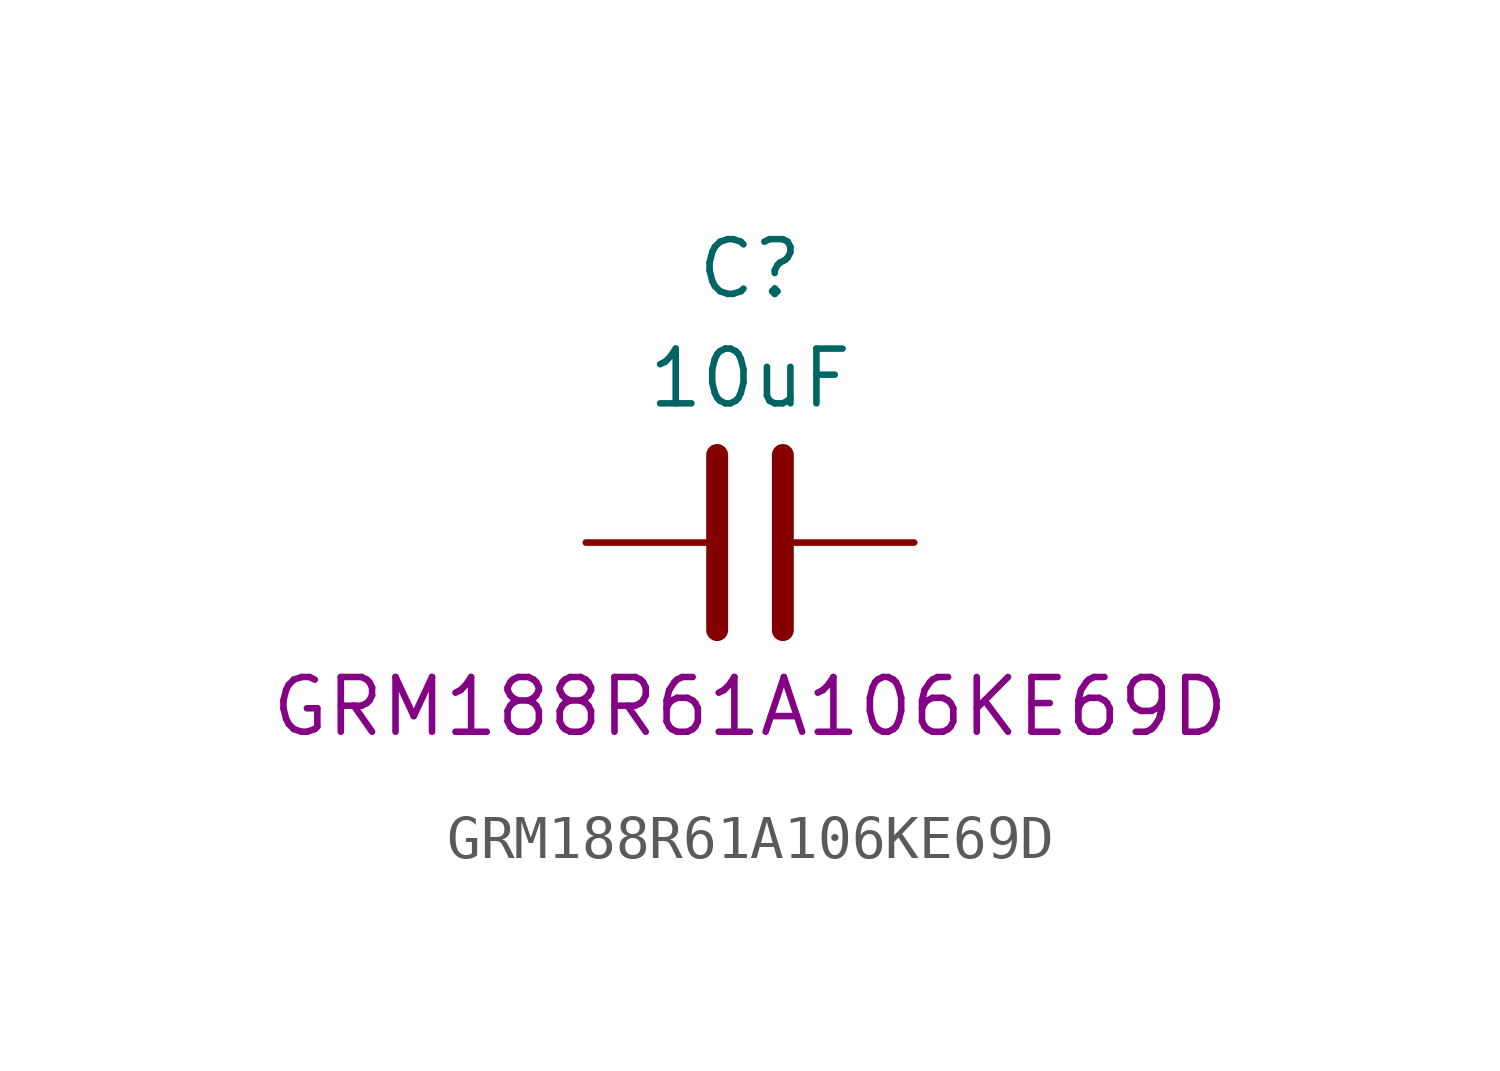
<source format=kicad_sym>
(kicad_symbol_lib
  (version 20220914)
  (generator kicad_symbol_editor)
  (symbol "GRM188R61A106KE69D"
    (pin_numbers hide)
    (property "Reference" "C"
      (at 0 6.35 0)
      (effects (font (size 1.27 1.27))))
    (property "Value" "10uF"
      (at 0 3.81 0)
      (effects (font (size 1.27 1.27))))
    (property "Manufacturer_Part_Number" "GRM188R61A106KE69D"
      (at 0 -3.81 0)
      (effects (font (size 1.27 1.27))))
    (symbol "GRM188R61A106KE69D_0_1"
      (polyline (pts (xy -0.762 -2.032) (xy -0.762 2.032)) (stroke (width 0.508) (type default)) (fill (type none)))
      (polyline (pts (xy 0.762 -2.032) (xy 0.762 2.032)) (stroke (width 0.508) (type default)) (fill (type none))))
    (symbol "GRM188R61A106KE69D_1_1"
      (pin passive line (at -3.81 0 0) (length 2.794) (name "~" (effects (font (size 1.27 1.27)))) (number "1" (effects (font (size 1.27 1.27)))))
      (pin passive line (at 3.81 0 180) (length 2.794) (name "~" (effects (font (size 1.27 1.27)))) (number "2" (effects (font (size 1.27 1.27))))))))
</source>
